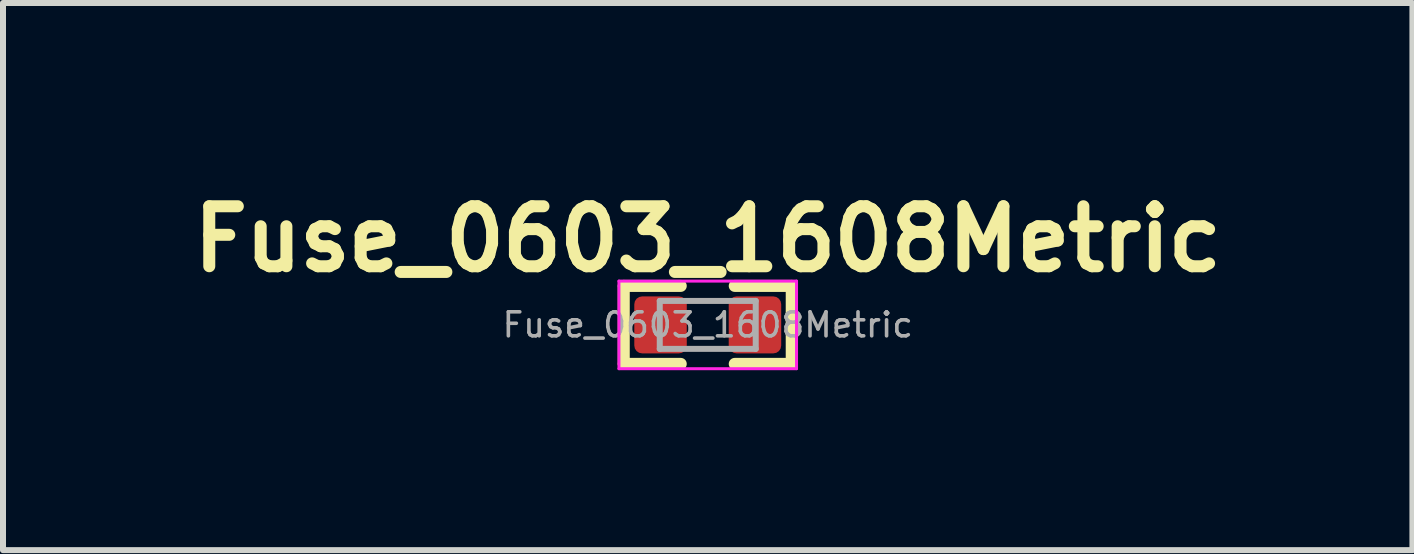
<source format=kicad_pcb>
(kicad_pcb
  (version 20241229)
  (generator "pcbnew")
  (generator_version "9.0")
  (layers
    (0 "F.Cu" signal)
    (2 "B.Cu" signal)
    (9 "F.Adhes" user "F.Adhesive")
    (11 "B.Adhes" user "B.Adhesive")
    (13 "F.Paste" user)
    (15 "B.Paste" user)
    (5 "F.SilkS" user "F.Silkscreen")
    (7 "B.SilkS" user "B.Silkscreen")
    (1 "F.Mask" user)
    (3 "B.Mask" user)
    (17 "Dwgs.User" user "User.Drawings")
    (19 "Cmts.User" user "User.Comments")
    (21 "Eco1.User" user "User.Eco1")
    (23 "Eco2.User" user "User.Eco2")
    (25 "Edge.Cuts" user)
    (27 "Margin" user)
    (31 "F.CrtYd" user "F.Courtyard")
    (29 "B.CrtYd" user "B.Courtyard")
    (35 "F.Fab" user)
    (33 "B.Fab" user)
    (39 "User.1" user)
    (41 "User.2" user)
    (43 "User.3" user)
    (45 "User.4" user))
  (footprint "Fuse_0603_1608Metric"
    (layer "F.Cu")
    (at 8.748 2.366)
    (property "Reference" "Fuse_0603_1608Metric" (at 0 -1.43 0) (layer "F.SilkS") (effects (font (size 1 1) (thickness 0.2))))
    (attr smd)
    (fp_line (start -1.4 -0.65) (end -1.4 0.65) (stroke (width 0.2) (type solid)) (layer "F.SilkS"))
    (fp_line (start -1.4 0.65) (end -0.45 0.65) (stroke (width 0.2) (type solid)) (layer "F.SilkS"))
    (fp_line (start -0.45 -0.65) (end -1.4 -0.65) (stroke (width 0.2) (type solid)) (layer "F.SilkS"))
    (fp_line (start 1.4 -0.65) (end 0.45 -0.65) (stroke (width 0.2) (type solid)) (layer "F.SilkS"))
    (fp_line (start 1.4 -0.65) (end 1.4 0.65) (stroke (width 0.2) (type solid)) (layer "F.SilkS"))
    (fp_line (start 1.4 0.65) (end 0.45 0.65) (stroke (width 0.2) (type solid)) (layer "F.SilkS"))
    (fp_line (start -1.48 -0.73) (end 1.48 -0.73) (stroke (width 0.05) (type solid)) (layer "F.CrtYd"))
    (fp_line (start -1.48 0.73) (end -1.48 -0.73) (stroke (width 0.05) (type solid)) (layer "F.CrtYd"))
    (fp_line (start 1.48 -0.73) (end 1.48 0.73) (stroke (width 0.05) (type solid)) (layer "F.CrtYd"))
    (fp_line (start 1.48 0.73) (end -1.48 0.73) (stroke (width 0.05) (type solid)) (layer "F.CrtYd"))
    (fp_line (start -0.8 -0.4) (end 0.8 -0.4) (stroke (width 0.1) (type solid)) (layer "F.Fab"))
    (fp_line (start -0.8 0.4) (end -0.8 -0.4) (stroke (width 0.1) (type solid)) (layer "F.Fab"))
    (fp_line (start 0.8 -0.4) (end 0.8 0.4) (stroke (width 0.1) (type solid)) (layer "F.Fab"))
    (fp_line (start 0.8 0.4) (end -0.8 0.4) (stroke (width 0.1) (type solid)) (layer "F.Fab"))
    (fp_text user "${REFERENCE}" (at 0 0 0) (layer "F.Fab") (effects (font (size 0.4 0.4) (thickness 0.06))))
    (pad "1" smd roundrect (at -0.787 0) (size 0.875 0.95) (layers "F.Cu" "F.Mask" "F.Paste") (roundrect_rratio 0.15))
    (pad "2" smd roundrect (at 0.787 0) (size 0.875 0.95) (layers "F.Cu" "F.Mask" "F.Paste") (roundrect_rratio 0.15)))
  (gr_rect
    (start -3 -3)
    (end 20.495 6.121)
    (stroke (width 0.1) (type default))
    (fill no)
    (layer "Edge.Cuts")))
</source>
